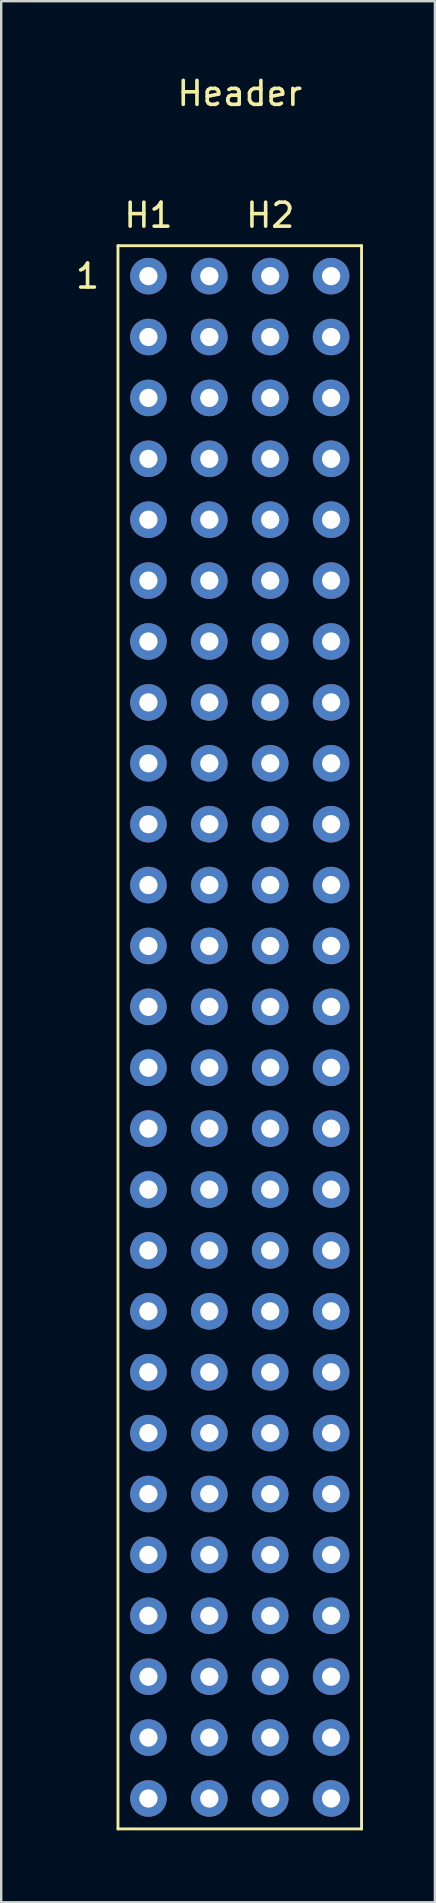
<source format=kicad_pcb>
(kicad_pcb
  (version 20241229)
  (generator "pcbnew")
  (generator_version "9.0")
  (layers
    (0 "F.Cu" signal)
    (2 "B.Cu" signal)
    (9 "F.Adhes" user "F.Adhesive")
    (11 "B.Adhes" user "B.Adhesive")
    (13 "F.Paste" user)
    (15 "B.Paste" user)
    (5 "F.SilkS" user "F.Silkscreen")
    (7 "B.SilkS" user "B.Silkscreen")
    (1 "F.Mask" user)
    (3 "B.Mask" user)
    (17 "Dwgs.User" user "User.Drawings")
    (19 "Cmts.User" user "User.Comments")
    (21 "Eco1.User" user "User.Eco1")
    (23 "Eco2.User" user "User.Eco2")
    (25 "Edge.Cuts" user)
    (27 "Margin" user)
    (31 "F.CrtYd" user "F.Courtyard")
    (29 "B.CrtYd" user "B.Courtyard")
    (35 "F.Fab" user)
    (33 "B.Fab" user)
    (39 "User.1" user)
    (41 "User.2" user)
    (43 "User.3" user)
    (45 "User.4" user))
  (footprint "Header"
    (layer "F.Cu")
    (at 3.141 8.468)
    (property "Reference" "Header" (at 3.81 -7.62 0) (unlocked yes) (layer "F.SilkS") (effects (font (size 1 1) (thickness 0.15))))
    (attr through_hole)
    (fp_line (start -1.27 -1.27) (end -1.27 64.77) (stroke (width 0.12) (type solid)) (layer "F.SilkS"))
    (fp_line (start -1.27 64.77) (end 8.89 64.77) (stroke (width 0.12) (type solid)) (layer "F.SilkS"))
    (fp_line (start 8.89 -1.27) (end -1.27 -1.27) (stroke (width 0.12) (type solid)) (layer "F.SilkS"))
    (fp_line (start 8.89 64.77) (end 8.89 -1.27) (stroke (width 0.12) (type solid)) (layer "F.SilkS"))
    (fp_text user "H2" (at 5.08 -2.54 0) (unlocked yes) (layer "F.SilkS") (effects (font (size 1 1) (thickness 0.15))))
    (fp_text user "H1" (at 0 -2.54 0) (unlocked yes) (layer "F.SilkS") (effects (font (size 1 1) (thickness 0.15))))
    (fp_text user "1" (at -2.54 0 0) (unlocked yes) (layer "F.SilkS") (effects (font (size 1 1) (thickness 0.15))))
    (pad "1" thru_hole circle (at 0 0) (size 1.524 1.524) (drill 0.762) (layers "*.Cu" "*.Mask"))
    (pad "2" thru_hole circle (at 2.54 0) (size 1.524 1.524) (drill 0.762) (layers "*.Cu" "*.Mask"))
    (pad "3" thru_hole circle (at 0 2.54) (size 1.524 1.524) (drill 0.762) (layers "*.Cu" "*.Mask"))
    (pad "4" thru_hole circle (at 2.54 2.54) (size 1.524 1.524) (drill 0.762) (layers "*.Cu" "*.Mask"))
    (pad "5" thru_hole circle (at 0 5.08) (size 1.524 1.524) (drill 0.762) (layers "*.Cu" "*.Mask"))
    (pad "6" thru_hole circle (at 2.54 5.08) (size 1.524 1.524) (drill 0.762) (layers "*.Cu" "*.Mask"))
    (pad "7" thru_hole circle (at 0 7.62) (size 1.524 1.524) (drill 0.762) (layers "*.Cu" "*.Mask"))
    (pad "8" thru_hole circle (at 2.54 7.62) (size 1.524 1.524) (drill 0.762) (layers "*.Cu" "*.Mask"))
    (pad "9" thru_hole circle (at 0 10.16) (size 1.524 1.524) (drill 0.762) (layers "*.Cu" "*.Mask"))
    (pad "10" thru_hole circle (at 2.54 10.16) (size 1.524 1.524) (drill 0.762) (layers "*.Cu" "*.Mask"))
    (pad "11" thru_hole circle (at 0 12.7) (size 1.524 1.524) (drill 0.762) (layers "*.Cu" "*.Mask"))
    (pad "12" thru_hole circle (at 2.54 12.7) (size 1.524 1.524) (drill 0.762) (layers "*.Cu" "*.Mask"))
    (pad "13" thru_hole circle (at 0 15.24) (size 1.524 1.524) (drill 0.762) (layers "*.Cu" "*.Mask"))
    (pad "14" thru_hole circle (at 2.54 15.24) (size 1.524 1.524) (drill 0.762) (layers "*.Cu" "*.Mask"))
    (pad "15" thru_hole circle (at 0 17.78) (size 1.524 1.524) (drill 0.762) (layers "*.Cu" "*.Mask"))
    (pad "16" thru_hole circle (at 2.54 17.78) (size 1.524 1.524) (drill 0.762) (layers "*.Cu" "*.Mask"))
    (pad "17" thru_hole circle (at 0 20.32) (size 1.524 1.524) (drill 0.762) (layers "*.Cu" "*.Mask"))
    (pad "18" thru_hole circle (at 2.54 20.32) (size 1.524 1.524) (drill 0.762) (layers "*.Cu" "*.Mask"))
    (pad "19" thru_hole circle (at 0 22.86) (size 1.524 1.524) (drill 0.762) (layers "*.Cu" "*.Mask"))
    (pad "20" thru_hole circle (at 2.54 22.86) (size 1.524 1.524) (drill 0.762) (layers "*.Cu" "*.Mask"))
    (pad "21" thru_hole circle (at 0 25.4) (size 1.524 1.524) (drill 0.762) (layers "*.Cu" "*.Mask"))
    (pad "22" thru_hole circle (at 2.54 25.4) (size 1.524 1.524) (drill 0.762) (layers "*.Cu" "*.Mask"))
    (pad "23" thru_hole circle (at 0 27.94) (size 1.524 1.524) (drill 0.762) (layers "*.Cu" "*.Mask"))
    (pad "24" thru_hole circle (at 2.54 27.94) (size 1.524 1.524) (drill 0.762) (layers "*.Cu" "*.Mask"))
    (pad "25" thru_hole circle (at 0 30.48) (size 1.524 1.524) (drill 0.762) (layers "*.Cu" "*.Mask"))
    (pad "26" thru_hole circle (at 2.54 30.48) (size 1.524 1.524) (drill 0.762) (layers "*.Cu" "*.Mask"))
    (pad "27" thru_hole circle (at 0 33.02) (size 1.524 1.524) (drill 0.762) (layers "*.Cu" "*.Mask"))
    (pad "28" thru_hole circle (at 2.54 33.02) (size 1.524 1.524) (drill 0.762) (layers "*.Cu" "*.Mask"))
    (pad "29" thru_hole circle (at 0 35.56) (size 1.524 1.524) (drill 0.762) (layers "*.Cu" "*.Mask"))
    (pad "30" thru_hole circle (at 2.54 35.56) (size 1.524 1.524) (drill 0.762) (layers "*.Cu" "*.Mask"))
    (pad "31" thru_hole circle (at 0 38.1) (size 1.524 1.524) (drill 0.762) (layers "*.Cu" "*.Mask"))
    (pad "32" thru_hole circle (at 2.54 38.1) (size 1.524 1.524) (drill 0.762) (layers "*.Cu" "*.Mask"))
    (pad "33" thru_hole circle (at 0 40.64) (size 1.524 1.524) (drill 0.762) (layers "*.Cu" "*.Mask"))
    (pad "34" thru_hole circle (at 2.54 40.64) (size 1.524 1.524) (drill 0.762) (layers "*.Cu" "*.Mask"))
    (pad "35" thru_hole circle (at 0 43.18) (size 1.524 1.524) (drill 0.762) (layers "*.Cu" "*.Mask"))
    (pad "36" thru_hole circle (at 2.54 43.18) (size 1.524 1.524) (drill 0.762) (layers "*.Cu" "*.Mask"))
    (pad "37" thru_hole circle (at 0 45.72) (size 1.524 1.524) (drill 0.762) (layers "*.Cu" "*.Mask"))
    (pad "38" thru_hole circle (at 2.54 45.72) (size 1.524 1.524) (drill 0.762) (layers "*.Cu" "*.Mask"))
    (pad "39" thru_hole circle (at 0 48.26) (size 1.524 1.524) (drill 0.762) (layers "*.Cu" "*.Mask"))
    (pad "40" thru_hole circle (at 2.54 48.26) (size 1.524 1.524) (drill 0.762) (layers "*.Cu" "*.Mask"))
    (pad "41" thru_hole circle (at 0 50.8) (size 1.524 1.524) (drill 0.762) (layers "*.Cu" "*.Mask"))
    (pad "42" thru_hole circle (at 2.54 50.8) (size 1.524 1.524) (drill 0.762) (layers "*.Cu" "*.Mask"))
    (pad "43" thru_hole circle (at 0 53.34) (size 1.524 1.524) (drill 0.762) (layers "*.Cu" "*.Mask"))
    (pad "44" thru_hole circle (at 2.54 53.34) (size 1.524 1.524) (drill 0.762) (layers "*.Cu" "*.Mask"))
    (pad "45" thru_hole circle (at 0 55.88) (size 1.524 1.524) (drill 0.762) (layers "*.Cu" "*.Mask"))
    (pad "46" thru_hole circle (at 2.54 55.88) (size 1.524 1.524) (drill 0.762) (layers "*.Cu" "*.Mask"))
    (pad "47" thru_hole circle (at 0 58.42) (size 1.524 1.524) (drill 0.762) (layers "*.Cu" "*.Mask"))
    (pad "48" thru_hole circle (at 2.54 58.42) (size 1.524 1.524) (drill 0.762) (layers "*.Cu" "*.Mask"))
    (pad "49" thru_hole circle (at 0 60.96) (size 1.524 1.524) (drill 0.762) (layers "*.Cu" "*.Mask"))
    (pad "50" thru_hole circle (at 2.54 60.96) (size 1.524 1.524) (drill 0.762) (layers "*.Cu" "*.Mask"))
    (pad "51" thru_hole circle (at 0 63.5) (size 1.524 1.524) (drill 0.762) (layers "*.Cu" "*.Mask"))
    (pad "52" thru_hole circle (at 2.54 63.5) (size 1.524 1.524) (drill 0.762) (layers "*.Cu" "*.Mask"))
    (pad "53" thru_hole circle (at 5.08 0) (size 1.524 1.524) (drill 0.762) (layers "*.Cu" "*.Mask"))
    (pad "54" thru_hole circle (at 7.62 0) (size 1.524 1.524) (drill 0.762) (layers "*.Cu" "*.Mask"))
    (pad "55" thru_hole circle (at 5.08 2.54) (size 1.524 1.524) (drill 0.762) (layers "*.Cu" "*.Mask"))
    (pad "56" thru_hole circle (at 7.62 2.54) (size 1.524 1.524) (drill 0.762) (layers "*.Cu" "*.Mask"))
    (pad "57" thru_hole circle (at 5.08 5.08) (size 1.524 1.524) (drill 0.762) (layers "*.Cu" "*.Mask"))
    (pad "58" thru_hole circle (at 7.62 5.08) (size 1.524 1.524) (drill 0.762) (layers "*.Cu" "*.Mask"))
    (pad "59" thru_hole circle (at 5.08 7.62) (size 1.524 1.524) (drill 0.762) (layers "*.Cu" "*.Mask"))
    (pad "60" thru_hole circle (at 7.62 7.62) (size 1.524 1.524) (drill 0.762) (layers "*.Cu" "*.Mask"))
    (pad "61" thru_hole circle (at 5.08 10.16) (size 1.524 1.524) (drill 0.762) (layers "*.Cu" "*.Mask"))
    (pad "62" thru_hole circle (at 7.62 10.16) (size 1.524 1.524) (drill 0.762) (layers "*.Cu" "*.Mask"))
    (pad "63" thru_hole circle (at 5.08 12.7) (size 1.524 1.524) (drill 0.762) (layers "*.Cu" "*.Mask"))
    (pad "64" thru_hole circle (at 7.62 12.7) (size 1.524 1.524) (drill 0.762) (layers "*.Cu" "*.Mask"))
    (pad "65" thru_hole circle (at 5.08 15.24) (size 1.524 1.524) (drill 0.762) (layers "*.Cu" "*.Mask"))
    (pad "66" thru_hole circle (at 7.62 15.24) (size 1.524 1.524) (drill 0.762) (layers "*.Cu" "*.Mask"))
    (pad "67" thru_hole circle (at 5.08 17.78) (size 1.524 1.524) (drill 0.762) (layers "*.Cu" "*.Mask"))
    (pad "68" thru_hole circle (at 7.62 17.78) (size 1.524 1.524) (drill 0.762) (layers "*.Cu" "*.Mask"))
    (pad "69" thru_hole circle (at 5.08 20.32) (size 1.524 1.524) (drill 0.762) (layers "*.Cu" "*.Mask"))
    (pad "70" thru_hole circle (at 7.62 20.32) (size 1.524 1.524) (drill 0.762) (layers "*.Cu" "*.Mask"))
    (pad "71" thru_hole circle (at 5.08 22.86) (size 1.524 1.524) (drill 0.762) (layers "*.Cu" "*.Mask"))
    (pad "72" thru_hole circle (at 7.62 22.86) (size 1.524 1.524) (drill 0.762) (layers "*.Cu" "*.Mask"))
    (pad "73" thru_hole circle (at 5.08 25.4) (size 1.524 1.524) (drill 0.762) (layers "*.Cu" "*.Mask"))
    (pad "74" thru_hole circle (at 7.62 25.4) (size 1.524 1.524) (drill 0.762) (layers "*.Cu" "*.Mask"))
    (pad "75" thru_hole circle (at 5.08 27.94) (size 1.524 1.524) (drill 0.762) (layers "*.Cu" "*.Mask"))
    (pad "76" thru_hole circle (at 7.62 27.94) (size 1.524 1.524) (drill 0.762) (layers "*.Cu" "*.Mask"))
    (pad "77" thru_hole circle (at 5.08 30.48) (size 1.524 1.524) (drill 0.762) (layers "*.Cu" "*.Mask"))
    (pad "78" thru_hole circle (at 7.62 30.48) (size 1.524 1.524) (drill 0.762) (layers "*.Cu" "*.Mask"))
    (pad "79" thru_hole circle (at 5.08 33.02) (size 1.524 1.524) (drill 0.762) (layers "*.Cu" "*.Mask"))
    (pad "80" thru_hole circle (at 7.62 33.02) (size 1.524 1.524) (drill 0.762) (layers "*.Cu" "*.Mask"))
    (pad "81" thru_hole circle (at 5.08 35.56) (size 1.524 1.524) (drill 0.762) (layers "*.Cu" "*.Mask"))
    (pad "82" thru_hole circle (at 7.62 35.56) (size 1.524 1.524) (drill 0.762) (layers "*.Cu" "*.Mask"))
    (pad "83" thru_hole circle (at 5.08 38.1) (size 1.524 1.524) (drill 0.762) (layers "*.Cu" "*.Mask"))
    (pad "84" thru_hole circle (at 7.62 38.1) (size 1.524 1.524) (drill 0.762) (layers "*.Cu" "*.Mask"))
    (pad "85" thru_hole circle (at 5.08 40.64) (size 1.524 1.524) (drill 0.762) (layers "*.Cu" "*.Mask"))
    (pad "86" thru_hole circle (at 7.62 40.64) (size 1.524 1.524) (drill 0.762) (layers "*.Cu" "*.Mask"))
    (pad "87" thru_hole circle (at 5.08 43.18) (size 1.524 1.524) (drill 0.762) (layers "*.Cu" "*.Mask"))
    (pad "88" thru_hole circle (at 7.62 43.18) (size 1.524 1.524) (drill 0.762) (layers "*.Cu" "*.Mask"))
    (pad "89" thru_hole circle (at 5.08 45.72) (size 1.524 1.524) (drill 0.762) (layers "*.Cu" "*.Mask"))
    (pad "90" thru_hole circle (at 7.62 45.72) (size 1.524 1.524) (drill 0.762) (layers "*.Cu" "*.Mask"))
    (pad "91" thru_hole circle (at 5.08 48.26) (size 1.524 1.524) (drill 0.762) (layers "*.Cu" "*.Mask"))
    (pad "92" thru_hole circle (at 7.62 48.26) (size 1.524 1.524) (drill 0.762) (layers "*.Cu" "*.Mask"))
    (pad "93" thru_hole circle (at 5.08 50.8) (size 1.524 1.524) (drill 0.762) (layers "*.Cu" "*.Mask"))
    (pad "94" thru_hole circle (at 7.62 50.8) (size 1.524 1.524) (drill 0.762) (layers "*.Cu" "*.Mask"))
    (pad "95" thru_hole circle (at 5.08 53.34) (size 1.524 1.524) (drill 0.762) (layers "*.Cu" "*.Mask"))
    (pad "96" thru_hole circle (at 7.62 53.34) (size 1.524 1.524) (drill 0.762) (layers "*.Cu" "*.Mask"))
    (pad "97" thru_hole circle (at 5.08 55.88) (size 1.524 1.524) (drill 0.762) (layers "*.Cu" "*.Mask"))
    (pad "98" thru_hole circle (at 7.62 55.88) (size 1.524 1.524) (drill 0.762) (layers "*.Cu" "*.Mask"))
    (pad "99" thru_hole circle (at 5.08 58.42) (size 1.524 1.524) (drill 0.762) (layers "*.Cu" "*.Mask"))
    (pad "100" thru_hole circle (at 7.62 58.42) (size 1.524 1.524) (drill 0.762) (layers "*.Cu" "*.Mask"))
    (pad "101" thru_hole circle (at 5.08 60.96) (size 1.524 1.524) (drill 0.762) (layers "*.Cu" "*.Mask"))
    (pad "102" thru_hole circle (at 7.62 60.96) (size 1.524 1.524) (drill 0.762) (layers "*.Cu" "*.Mask"))
    (pad "103" thru_hole circle (at 5.08 63.5) (size 1.524 1.524) (drill 0.762) (layers "*.Cu" "*.Mask"))
    (pad "104" thru_hole circle (at 7.62 63.5) (size 1.524 1.524) (drill 0.762) (layers "*.Cu" "*.Mask")))
  (gr_rect
    (start -3 -3)
    (end 15.091 76.298)
    (stroke (width 0.1) (type default))
    (fill no)
    (layer "Edge.Cuts")))
</source>
